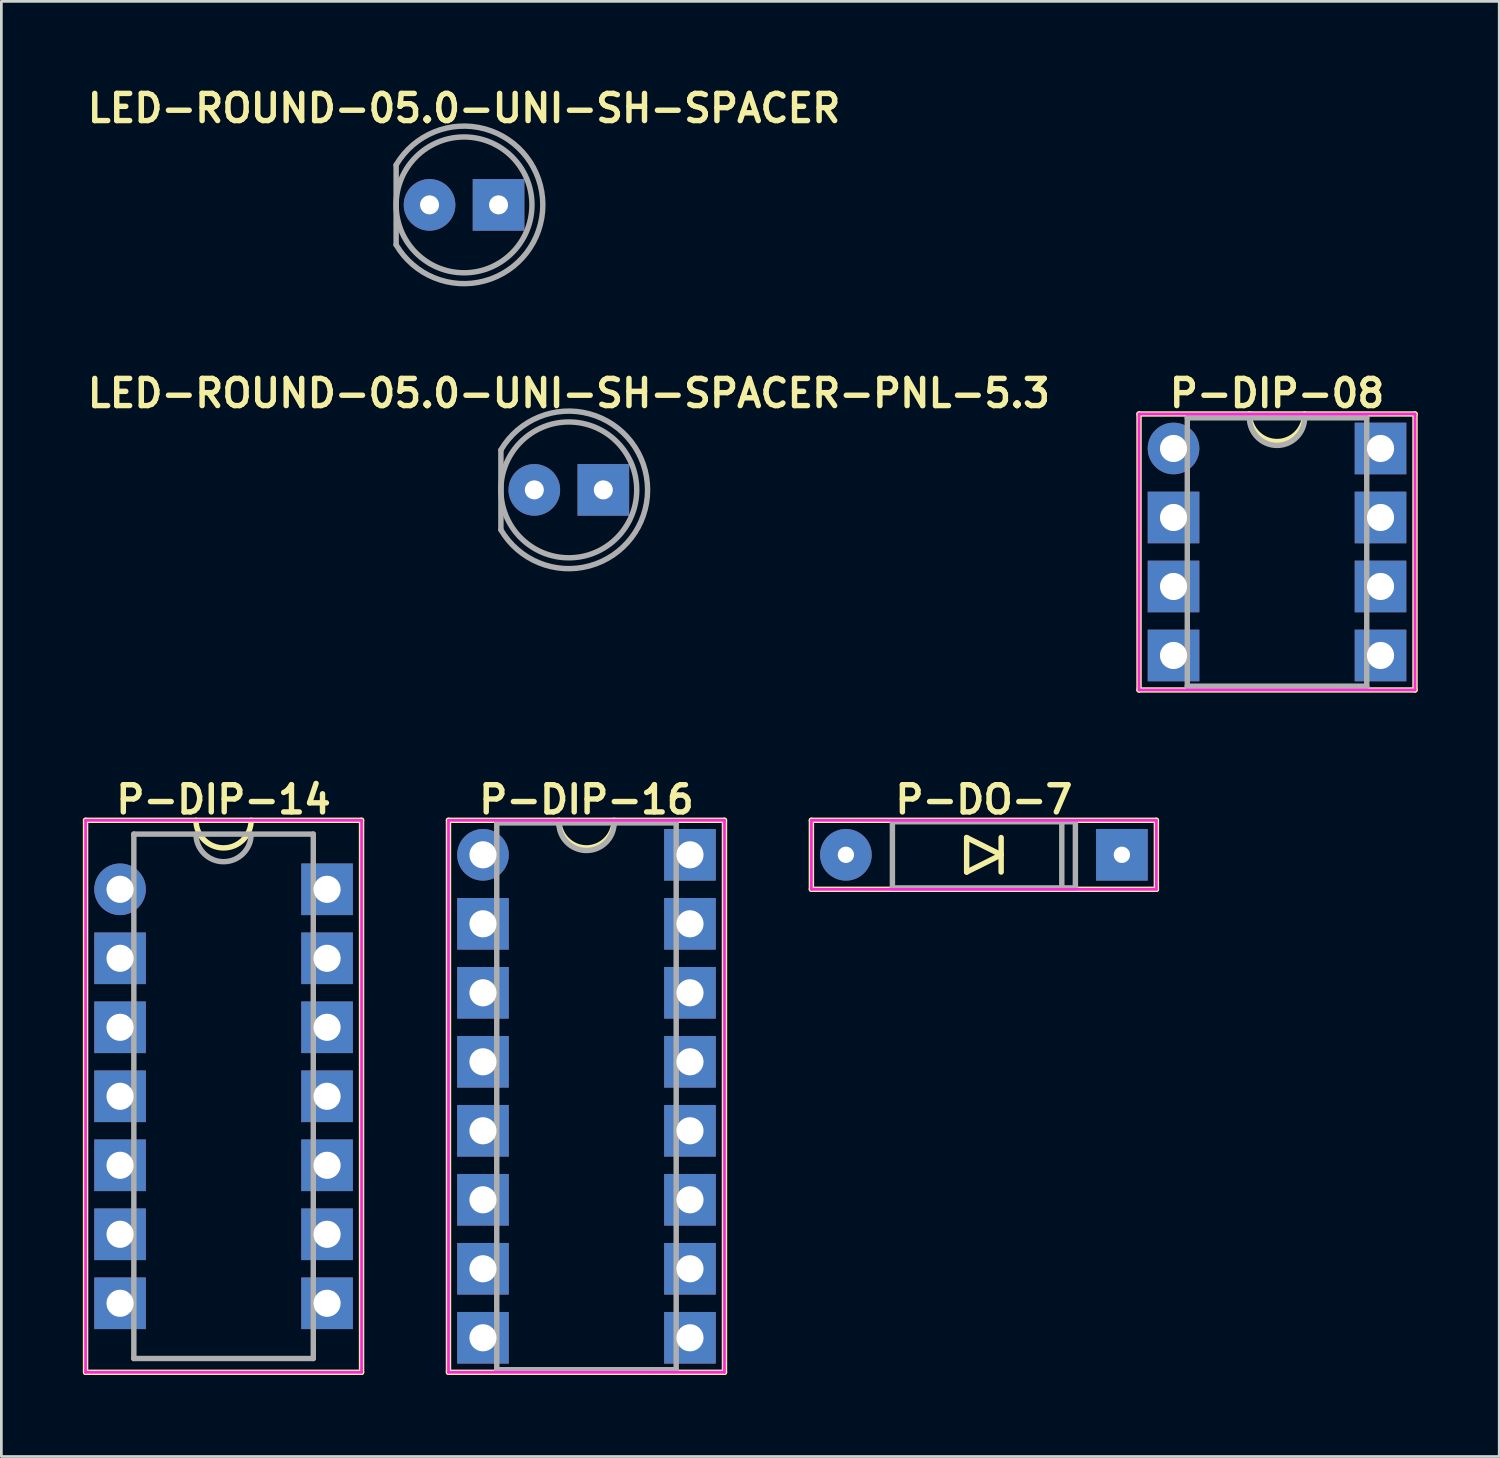
<source format=kicad_pcb>
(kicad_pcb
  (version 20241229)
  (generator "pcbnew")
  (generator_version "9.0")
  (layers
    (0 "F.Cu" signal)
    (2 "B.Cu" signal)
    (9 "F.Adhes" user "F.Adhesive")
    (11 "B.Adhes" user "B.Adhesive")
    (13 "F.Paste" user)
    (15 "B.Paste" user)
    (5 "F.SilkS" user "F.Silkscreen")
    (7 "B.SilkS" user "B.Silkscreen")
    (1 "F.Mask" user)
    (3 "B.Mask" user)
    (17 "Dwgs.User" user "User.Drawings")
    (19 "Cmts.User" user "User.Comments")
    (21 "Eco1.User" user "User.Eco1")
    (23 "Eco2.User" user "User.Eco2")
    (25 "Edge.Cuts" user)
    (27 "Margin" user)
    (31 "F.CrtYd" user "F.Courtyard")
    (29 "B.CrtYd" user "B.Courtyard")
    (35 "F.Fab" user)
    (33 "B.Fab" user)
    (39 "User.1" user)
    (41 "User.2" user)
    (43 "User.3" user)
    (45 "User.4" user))
  (footprint "P-DO-7"
    (layer "F.Cu")
    (at 33.17 28.418)
    (property "Reference" "P-DO-7" (at 0 -2.032 0) (layer "F.SilkS") (effects (font (size 1 1) (thickness 0.2))))
    (attr through_hole)
    (fp_line (start -6.35 -1.27) (end -6.35 1.27) (stroke (width 0.2) (type solid)) (layer "F.SilkS"))
    (fp_line (start -6.35 -1.27) (end 6.35 -1.27) (stroke (width 0.2) (type solid)) (layer "F.SilkS"))
    (fp_line (start -6.35 1.27) (end 6.35 1.27) (stroke (width 0.2) (type solid)) (layer "F.SilkS"))
    (fp_line (start -0.635 -0.635) (end -0.635 0.635) (stroke (width 0.2) (type solid)) (layer "F.SilkS"))
    (fp_line (start -0.635 -0.635) (end 0.635 0) (stroke (width 0.2) (type solid)) (layer "F.SilkS"))
    (fp_line (start -0.635 0.635) (end 0.635 0) (stroke (width 0.2) (type solid)) (layer "F.SilkS"))
    (fp_line (start 0.635 -0.635) (end 0.635 0.635) (stroke (width 0.2) (type solid)) (layer "F.SilkS"))
    (fp_line (start 6.35 -1.27) (end 6.35 1.27) (stroke (width 0.2) (type solid)) (layer "F.SilkS"))
    (fp_line (start -6.35 -1.27) (end 6.35 -1.27) (stroke (width 0.1) (type solid)) (layer "F.CrtYd"))
    (fp_line (start -6.35 1.27) (end -6.35 -1.27) (stroke (width 0.1) (type solid)) (layer "F.CrtYd"))
    (fp_line (start 6.35 -1.27) (end 6.35 1.27) (stroke (width 0.1) (type solid)) (layer "F.CrtYd"))
    (fp_line (start 6.35 1.27) (end -6.35 1.27) (stroke (width 0.1) (type solid)) (layer "F.CrtYd"))
    (fp_line (start -3.368 -1.218) (end -3.368 1.218) (stroke (width 0.2) (type solid)) (layer "F.Fab"))
    (fp_line (start -3.368 -1.218) (end 3.368 -1.218) (stroke (width 0.2) (type solid)) (layer "F.Fab"))
    (fp_line (start -3.368 1.218) (end 3.368 1.218) (stroke (width 0.2) (type solid)) (layer "F.Fab"))
    (fp_line (start 2.868 -1.218) (end 2.868 1.218) (stroke (width 0.2) (type solid)) (layer "F.Fab"))
    (fp_line (start 3.368 -1.218) (end 3.368 1.218) (stroke (width 0.2) (type solid)) (layer "F.Fab"))
    (pad "A" thru_hole circle (at -5.08 0) (size 1.9 1.9) (drill 0.6) (layers "B.Cu" "B.Mask"))
    (pad "C" thru_hole rect (at 5.08 0) (size 1.9 1.9) (drill 0.6) (layers "B.Cu" "B.Mask")))
  (footprint "LED-ROUND-05.0-UNI-SH-SPACER-PNL-5.3"
    (layer "F.Cu")
    (at 17.89 14.984)
    (property "Reference" "LED-ROUND-05.0-UNI-SH-SPACER-PNL-5.3" (at 0 -3.556 0) (layer "F.SilkS") (effects (font (size 1 1) (thickness 0.2))))
    (attr through_hole)
    (fp_circle (center 0 0) (end 2.65 0) (stroke (width 0.4) (type solid)) (fill no) (layer "Eco1.User"))
    (fp_line (start -2.5 -1.467) (end -2.5 1.467) (stroke (width 0.2) (type solid)) (layer "F.Fab"))
    (fp_arc (start -2.500016 -1.469666) (mid 2.9 -0.000016) (end -2.5 1.469694) (stroke (width 0.2) (type solid)) (layer "F.Fab"))
    (fp_circle (center 0 0) (end 2.5 0) (stroke (width 0.2) (type solid)) (fill no) (layer "F.Fab"))
    (pad "A" thru_hole rect (at 1.27 0) (size 1.9 1.9) (drill 0.7) (layers "B.Cu" "B.Mask"))
    (pad "C" thru_hole circle (at -1.27 0) (size 1.9 1.9) (drill 0.7) (layers "B.Cu" "B.Mask")))
  (footprint "P-DIP-08"
    (layer "F.Cu")
    (at 43.961 17.27)
    (property "Reference" "P-DIP-08" (at 0 -5.842 0) (layer "F.SilkS") (effects (font (size 1 1) (thickness 0.2))))
    (attr through_hole)
    (fp_line (start -5.08 -5.08) (end -5.08 5.08) (stroke (width 0.2) (type solid)) (layer "F.SilkS"))
    (fp_line (start -5.08 -5.08) (end 5.08 -5.08) (stroke (width 0.2) (type solid)) (layer "F.SilkS"))
    (fp_line (start -5.08 5.08) (end 5.08 5.08) (stroke (width 0.2) (type solid)) (layer "F.SilkS"))
    (fp_line (start 5.08 -5.08) (end 5.08 5.08) (stroke (width 0.2) (type solid)) (layer "F.SilkS"))
    (fp_arc (start 1.016 -5.08) (mid 0 -4.064) (end -1.016 -5.08) (stroke (width 0.2) (type solid)) (layer "F.SilkS"))
    (fp_line (start -5.08 -5.08) (end -5.08 5.08) (stroke (width 0.1) (type solid)) (layer "F.CrtYd"))
    (fp_line (start -5.08 -5.08) (end 5.08 -5.08) (stroke (width 0.1) (type solid)) (layer "F.CrtYd"))
    (fp_line (start -5.08 5.08) (end 5.08 5.08) (stroke (width 0.1) (type solid)) (layer "F.CrtYd"))
    (fp_line (start 5.08 -5.08) (end 5.08 5.08) (stroke (width 0.1) (type solid)) (layer "F.CrtYd"))
    (fp_line (start -3.303 -4.94) (end -3.303 4.94) (stroke (width 0.2) (type solid)) (layer "F.Fab"))
    (fp_line (start -3.303 -4.94) (end 3.303 -4.94) (stroke (width 0.2) (type solid)) (layer "F.Fab"))
    (fp_line (start -3.303 4.94) (end 3.303 4.94) (stroke (width 0.2) (type solid)) (layer "F.Fab"))
    (fp_line (start 3.303 -4.94) (end 3.303 4.94) (stroke (width 0.2) (type solid)) (layer "F.Fab"))
    (fp_arc (start 1.016 -4.94) (mid 0 -3.924) (end -1.016 -4.94) (stroke (width 0.2) (type solid)) (layer "F.Fab"))
    (pad "1" thru_hole circle (at -3.81 -3.81) (size 1.9 1.9) (drill 1) (layers "B.Cu" "B.Mask"))
    (pad "2" thru_hole rect (at -3.81 -1.27) (size 1.9 1.9) (drill 1) (layers "B.Cu" "B.Mask"))
    (pad "3" thru_hole rect (at -3.81 1.27) (size 1.9 1.9) (drill 1) (layers "B.Cu" "B.Mask"))
    (pad "4" thru_hole rect (at -3.81 3.81) (size 1.9 1.9) (drill 1) (layers "B.Cu" "B.Mask"))
    (pad "5" thru_hole rect (at 3.81 3.81) (size 1.9 1.9) (drill 1) (layers "B.Cu" "B.Mask"))
    (pad "6" thru_hole rect (at 3.81 1.27) (size 1.9 1.9) (drill 1) (layers "B.Cu" "B.Mask"))
    (pad "7" thru_hole rect (at 3.81 -1.27) (size 1.9 1.9) (drill 1) (layers "B.Cu" "B.Mask"))
    (pad "8" thru_hole rect (at 3.81 -3.81) (size 1.9 1.9) (drill 1) (layers "B.Cu" "B.Mask")))
  (footprint "LED-ROUND-05.0-UNI-SH-SPACER"
    (layer "F.Cu")
    (at 14.033 4.492)
    (property "Reference" "LED-ROUND-05.0-UNI-SH-SPACER" (at 0 -3.556 0) (layer "F.SilkS") (effects (font (size 1 1) (thickness 0.2))))
    (attr through_hole)
    (fp_line (start -2.5 -1.467) (end -2.5 1.467) (stroke (width 0.2) (type solid)) (layer "F.Fab"))
    (fp_arc (start -2.500016 -1.469666) (mid 2.9 -0.000016) (end -2.5 1.469694) (stroke (width 0.2) (type solid)) (layer "F.Fab"))
    (fp_circle (center 0 0) (end 2.5 0) (stroke (width 0.2) (type solid)) (fill no) (layer "F.Fab"))
    (pad "A" thru_hole rect (at 1.27 0) (size 1.9 1.9) (drill 0.7) (layers "B.Cu" "B.Mask"))
    (pad "C" thru_hole circle (at -1.27 0) (size 1.9 1.9) (drill 0.7) (layers "B.Cu" "B.Mask")))
  (footprint "P-DIP-14"
    (layer "F.Cu")
    (at 5.18 37.308)
    (property "Reference" "P-DIP-14" (at 0 -10.922 0) (layer "F.SilkS") (effects (font (size 1 1) (thickness 0.2))))
    (attr through_hole)
    (fp_line (start -5.08 -10.16) (end -5.08 10.16) (stroke (width 0.2) (type solid)) (layer "F.SilkS"))
    (fp_line (start -5.08 -10.16) (end 5.08 -10.16) (stroke (width 0.2) (type solid)) (layer "F.SilkS"))
    (fp_line (start -5.08 10.16) (end 5.08 10.16) (stroke (width 0.2) (type solid)) (layer "F.SilkS"))
    (fp_line (start 5.08 -10.16) (end 5.08 10.16) (stroke (width 0.2) (type solid)) (layer "F.SilkS"))
    (fp_arc (start 1.016 -10.16) (mid 0 -9.144) (end -1.016 -10.16) (stroke (width 0.2) (type solid)) (layer "F.SilkS"))
    (fp_line (start -5.08 -10.16) (end -5.08 10.16) (stroke (width 0.1) (type solid)) (layer "F.CrtYd"))
    (fp_line (start -5.08 -10.16) (end 5.08 -10.16) (stroke (width 0.1) (type solid)) (layer "F.CrtYd"))
    (fp_line (start -5.08 10.16) (end 5.08 10.16) (stroke (width 0.1) (type solid)) (layer "F.CrtYd"))
    (fp_line (start 5.08 -10.16) (end 5.08 10.16) (stroke (width 0.1) (type solid)) (layer "F.CrtYd"))
    (fp_line (start -3.303 -9.652) (end -3.303 9.652) (stroke (width 0.2) (type solid)) (layer "F.Fab"))
    (fp_line (start -3.303 -9.652) (end 3.303 -9.652) (stroke (width 0.2) (type solid)) (layer "F.Fab"))
    (fp_line (start -3.303 9.652) (end 3.303 9.652) (stroke (width 0.2) (type solid)) (layer "F.Fab"))
    (fp_line (start 3.303 -9.652) (end 3.303 9.652) (stroke (width 0.2) (type solid)) (layer "F.Fab"))
    (fp_arc (start 1.016 -9.6525) (mid 0 -8.6365) (end -1.016 -9.6525) (stroke (width 0.2) (type solid)) (layer "F.Fab"))
    (pad "1" thru_hole circle (at -3.81 -7.62) (size 1.9 1.9) (drill 1) (layers "B.Cu" "B.Mask"))
    (pad "2" thru_hole rect (at -3.81 -5.08) (size 1.9 1.9) (drill 1) (layers "B.Cu" "B.Mask"))
    (pad "3" thru_hole rect (at -3.81 -2.54) (size 1.9 1.9) (drill 1) (layers "B.Cu" "B.Mask"))
    (pad "4" thru_hole rect (at -3.81 0) (size 1.9 1.9) (drill 1) (layers "B.Cu" "B.Mask"))
    (pad "5" thru_hole rect (at -3.81 2.54) (size 1.9 1.9) (drill 1) (layers "B.Cu" "B.Mask"))
    (pad "6" thru_hole rect (at -3.81 5.08) (size 1.9 1.9) (drill 1) (layers "B.Cu" "B.Mask"))
    (pad "7" thru_hole rect (at -3.81 7.62) (size 1.9 1.9) (drill 1) (layers "B.Cu" "B.Mask"))
    (pad "8" thru_hole rect (at 3.81 7.62) (size 1.9 1.9) (drill 1) (layers "B.Cu" "B.Mask"))
    (pad "9" thru_hole rect (at 3.81 5.08) (size 1.9 1.9) (drill 1) (layers "B.Cu" "B.Mask"))
    (pad "10" thru_hole rect (at 3.81 2.54) (size 1.9 1.9) (drill 1) (layers "B.Cu" "B.Mask"))
    (pad "11" thru_hole rect (at 3.81 0) (size 1.9 1.9) (drill 1) (layers "B.Cu" "B.Mask"))
    (pad "12" thru_hole rect (at 3.81 -2.54) (size 1.9 1.9) (drill 1) (layers "B.Cu" "B.Mask"))
    (pad "13" thru_hole rect (at 3.81 -5.08) (size 1.9 1.9) (drill 1) (layers "B.Cu" "B.Mask"))
    (pad "14" thru_hole rect (at 3.81 -7.62) (size 1.9 1.9) (drill 1) (layers "B.Cu" "B.Mask")))
  (footprint "P-DIP-16"
    (layer "F.Cu")
    (at 18.54 37.308)
    (property "Reference" "P-DIP-16" (at 0 -10.922 0) (layer "F.SilkS") (effects (font (size 1 1) (thickness 0.2))))
    (attr through_hole)
    (fp_line (start -5.08 -10.16) (end -5.08 10.16) (stroke (width 0.2) (type solid)) (layer "F.SilkS"))
    (fp_line (start -5.08 -10.16) (end 5.08 -10.16) (stroke (width 0.2) (type solid)) (layer "F.SilkS"))
    (fp_line (start -5.08 10.16) (end 5.08 10.16) (stroke (width 0.2) (type solid)) (layer "F.SilkS"))
    (fp_line (start 5.08 -10.16) (end 5.08 10.16) (stroke (width 0.2) (type solid)) (layer "F.SilkS"))
    (fp_arc (start 1.016 -10.16) (mid 0 -9.144) (end -1.016 -10.16) (stroke (width 0.2) (type solid)) (layer "F.SilkS"))
    (fp_line (start -5.08 -10.16) (end -5.08 10.16) (stroke (width 0.1) (type solid)) (layer "F.CrtYd"))
    (fp_line (start -5.08 -10.16) (end 5.08 -10.16) (stroke (width 0.1) (type solid)) (layer "F.CrtYd"))
    (fp_line (start -5.08 10.16) (end 5.08 10.16) (stroke (width 0.1) (type solid)) (layer "F.CrtYd"))
    (fp_line (start 5.08 -10.16) (end 5.08 10.16) (stroke (width 0.1) (type solid)) (layer "F.CrtYd"))
    (fp_line (start -3.303 -10.065) (end -3.303 10.065) (stroke (width 0.2) (type solid)) (layer "F.Fab"))
    (fp_line (start -3.303 -10.065) (end 3.303 -10.065) (stroke (width 0.2) (type solid)) (layer "F.Fab"))
    (fp_line (start -3.303 10.065) (end 3.303 10.065) (stroke (width 0.2) (type solid)) (layer "F.Fab"))
    (fp_line (start 3.303 -10.065) (end 3.303 10.065) (stroke (width 0.2) (type solid)) (layer "F.Fab"))
    (fp_arc (start 1.016 -10.065) (mid 0 -9.049) (end -1.016 -10.065) (stroke (width 0.2) (type solid)) (layer "F.Fab"))
    (pad "1" thru_hole circle (at -3.81 -8.89) (size 1.9 1.9) (drill 1) (layers "B.Cu" "B.Mask"))
    (pad "2" thru_hole rect (at -3.81 -6.35) (size 1.9 1.9) (drill 1) (layers "B.Cu" "B.Mask"))
    (pad "3" thru_hole rect (at -3.81 -3.81) (size 1.9 1.9) (drill 1) (layers "B.Cu" "B.Mask"))
    (pad "4" thru_hole rect (at -3.81 -1.27) (size 1.9 1.9) (drill 1) (layers "B.Cu" "B.Mask"))
    (pad "5" thru_hole rect (at -3.81 1.27) (size 1.9 1.9) (drill 1) (layers "B.Cu" "B.Mask"))
    (pad "6" thru_hole rect (at -3.81 3.81) (size 1.9 1.9) (drill 1) (layers "B.Cu" "B.Mask"))
    (pad "7" thru_hole rect (at -3.81 6.35) (size 1.9 1.9) (drill 1) (layers "B.Cu" "B.Mask"))
    (pad "8" thru_hole rect (at -3.81 8.89) (size 1.9 1.9) (drill 1) (layers "B.Cu" "B.Mask"))
    (pad "9" thru_hole rect (at 3.81 8.89) (size 1.9 1.9) (drill 1) (layers "B.Cu" "B.Mask"))
    (pad "10" thru_hole rect (at 3.81 6.35) (size 1.9 1.9) (drill 1) (layers "B.Cu" "B.Mask"))
    (pad "11" thru_hole rect (at 3.81 3.81) (size 1.9 1.9) (drill 1) (layers "B.Cu" "B.Mask"))
    (pad "12" thru_hole rect (at 3.81 1.27) (size 1.9 1.9) (drill 1) (layers "B.Cu" "B.Mask"))
    (pad "13" thru_hole rect (at 3.81 -1.27) (size 1.9 1.9) (drill 1) (layers "B.Cu" "B.Mask"))
    (pad "14" thru_hole rect (at 3.81 -3.81) (size 1.9 1.9) (drill 1) (layers "B.Cu" "B.Mask"))
    (pad "15" thru_hole rect (at 3.81 -6.35) (size 1.9 1.9) (drill 1) (layers "B.Cu" "B.Mask"))
    (pad "16" thru_hole rect (at 3.81 -8.89) (size 1.9 1.9) (drill 1) (layers "B.Cu" "B.Mask")))
  (gr_rect
    (start -3 -3)
    (end 52.141 50.568)
    (stroke (width 0.1) (type default))
    (fill no)
    (layer "Edge.Cuts")))
</source>
